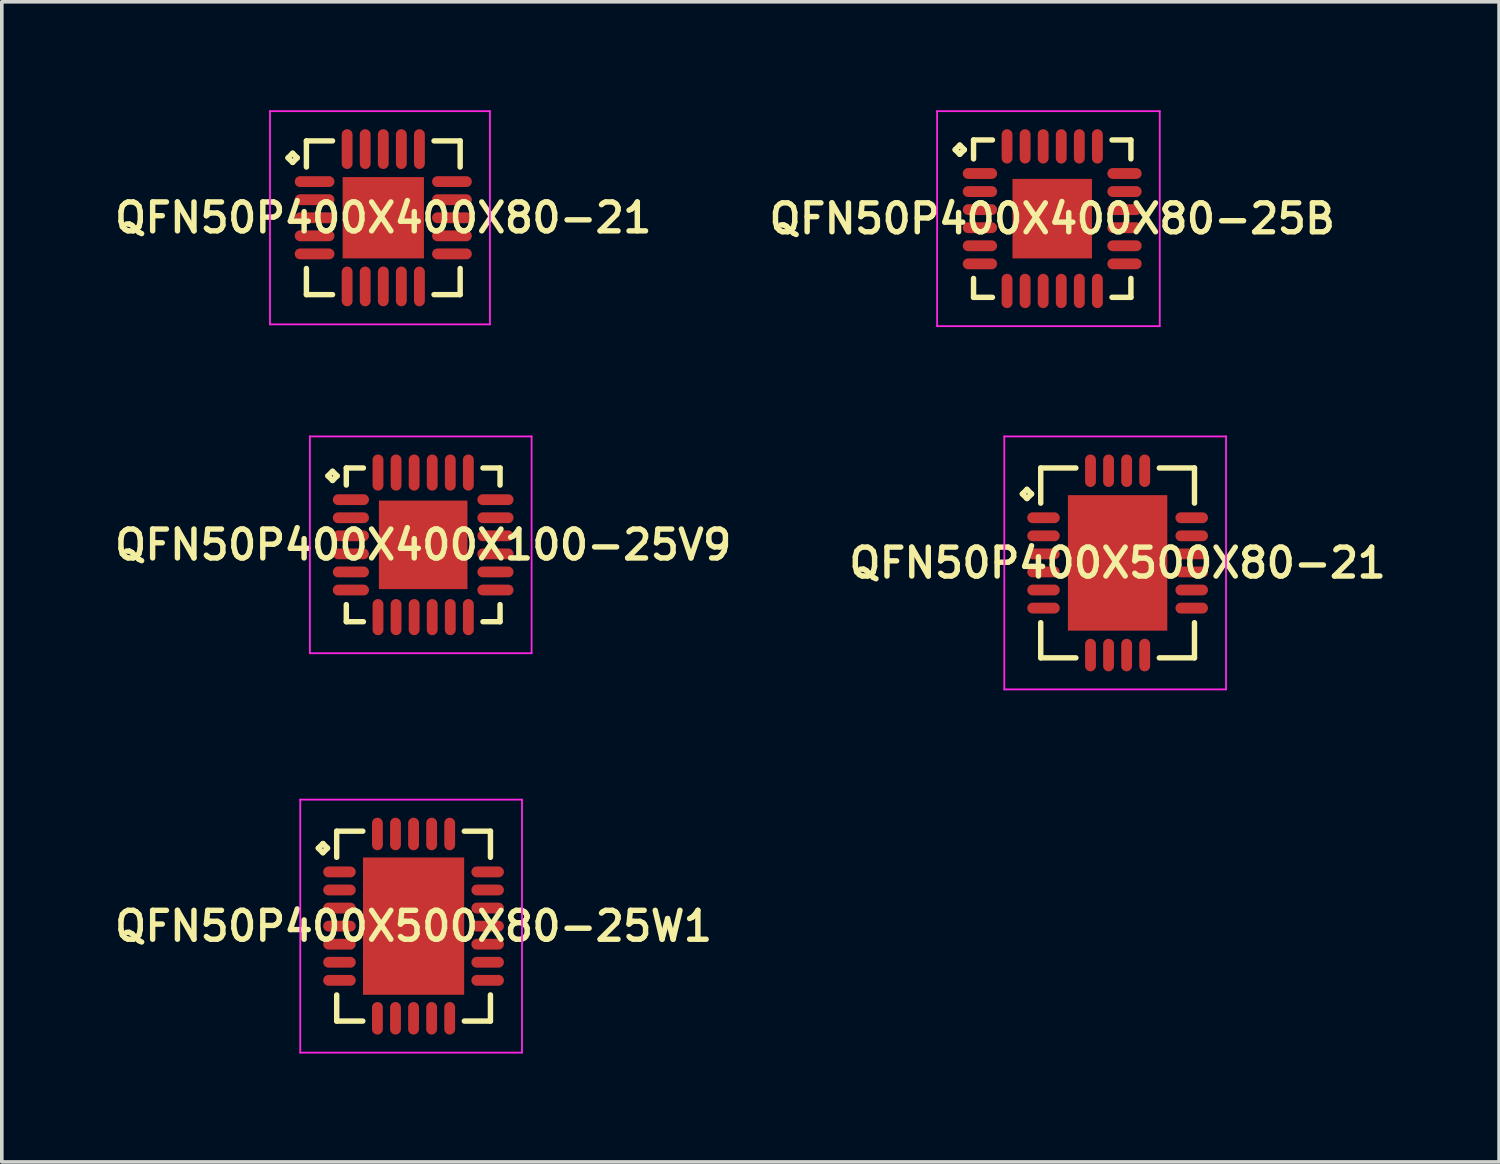
<source format=kicad_pcb>
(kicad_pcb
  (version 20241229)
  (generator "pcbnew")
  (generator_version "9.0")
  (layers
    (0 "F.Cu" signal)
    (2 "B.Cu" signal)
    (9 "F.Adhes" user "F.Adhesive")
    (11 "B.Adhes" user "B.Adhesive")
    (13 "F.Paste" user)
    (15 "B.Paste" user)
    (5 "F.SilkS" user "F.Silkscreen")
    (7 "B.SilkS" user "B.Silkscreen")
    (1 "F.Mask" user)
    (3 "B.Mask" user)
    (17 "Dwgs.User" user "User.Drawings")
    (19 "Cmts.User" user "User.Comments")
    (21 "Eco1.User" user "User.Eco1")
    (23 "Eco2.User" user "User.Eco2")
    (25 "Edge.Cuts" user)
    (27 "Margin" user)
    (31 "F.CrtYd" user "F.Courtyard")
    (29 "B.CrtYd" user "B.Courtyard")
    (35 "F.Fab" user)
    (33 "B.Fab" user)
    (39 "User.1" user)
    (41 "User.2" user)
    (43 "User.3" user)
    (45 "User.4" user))
  (footprint "QFN50P400X500X80-25W1"
    (layer "F.Cu")
    (at 8.393 22.575)
    (property "Reference" "QFN50P400X500X80-25W1" (at 0 0 0) (layer "F.SilkS") (effects (font (size 0.8 0.8) (thickness 0.15))))
    (attr smd)
    (fp_line (start -2.635 -2.158) (end -2.508 -2.285) (stroke (width 0.15) (type solid)) (layer "F.SilkS"))
    (fp_line (start -2.508 -2.285) (end -2.381 -2.158) (stroke (width 0.15) (type solid)) (layer "F.SilkS"))
    (fp_line (start -2.508 -2.031) (end -2.635 -2.158) (stroke (width 0.15) (type solid)) (layer "F.SilkS"))
    (fp_line (start -2.381 -2.158) (end -2.508 -2.031) (stroke (width 0.15) (type solid)) (layer "F.SilkS"))
    (fp_line (start -2.127 -2.627) (end -1.404 -2.627) (stroke (width 0.15) (type solid)) (layer "F.SilkS"))
    (fp_line (start -2.127 -1.904) (end -2.127 -2.627) (stroke (width 0.15) (type solid)) (layer "F.SilkS"))
    (fp_line (start -2.127 1.904) (end -2.127 2.627) (stroke (width 0.15) (type solid)) (layer "F.SilkS"))
    (fp_line (start -2.127 2.627) (end -1.404 2.627) (stroke (width 0.15) (type solid)) (layer "F.SilkS"))
    (fp_line (start 1.404 -2.627) (end 2.127 -2.627) (stroke (width 0.15) (type solid)) (layer "F.SilkS"))
    (fp_line (start 1.404 2.627) (end 2.127 2.627) (stroke (width 0.15) (type solid)) (layer "F.SilkS"))
    (fp_line (start 2.127 -2.627) (end 2.127 -1.904) (stroke (width 0.15) (type solid)) (layer "F.SilkS"))
    (fp_line (start 2.127 2.627) (end 2.127 1.904) (stroke (width 0.15) (type solid)) (layer "F.SilkS"))
    (fp_line (start -3.135 -3.5) (end 3 -3.5) (stroke (width 0.05) (type solid)) (layer "F.CrtYd"))
    (fp_line (start -3.135 3.5) (end -3.135 -3.5) (stroke (width 0.05) (type solid)) (layer "F.CrtYd"))
    (fp_line (start 3 -3.5) (end 3 3.5) (stroke (width 0.05) (type solid)) (layer "F.CrtYd"))
    (fp_line (start 3 3.5) (end -3.135 3.5) (stroke (width 0.05) (type solid)) (layer "F.CrtYd"))
    (pad "1" smd oval (at -2.05 -1.5) (size 0.9 0.3) (layers "F.Cu" "F.Mask" "F.Paste"))
    (pad "2" smd oval (at -2.05 -1) (size 0.9 0.3) (layers "F.Cu" "F.Mask" "F.Paste"))
    (pad "3" smd oval (at -2.05 -0.5) (size 0.9 0.3) (layers "F.Cu" "F.Mask" "F.Paste"))
    (pad "4" smd oval (at -2.05 0) (size 0.9 0.3) (layers "F.Cu" "F.Mask" "F.Paste"))
    (pad "5" smd oval (at -2.05 0.5) (size 0.9 0.3) (layers "F.Cu" "F.Mask" "F.Paste"))
    (pad "6" smd oval (at -2.05 1) (size 0.9 0.3) (layers "F.Cu" "F.Mask" "F.Paste"))
    (pad "7" smd oval (at -2.05 1.5) (size 0.9 0.3) (layers "F.Cu" "F.Mask" "F.Paste"))
    (pad "8" smd oval (at -1 2.55) (size 0.3 0.9) (layers "F.Cu" "F.Mask" "F.Paste"))
    (pad "9" smd oval (at -0.5 2.55) (size 0.3 0.9) (layers "F.Cu" "F.Mask" "F.Paste"))
    (pad "10" smd oval (at 0 2.55) (size 0.3 0.9) (layers "F.Cu" "F.Mask" "F.Paste"))
    (pad "11" smd oval (at 0.5 2.55) (size 0.3 0.9) (layers "F.Cu" "F.Mask" "F.Paste"))
    (pad "12" smd oval (at 1 2.55) (size 0.3 0.9) (layers "F.Cu" "F.Mask" "F.Paste"))
    (pad "13" smd oval (at 2.05 1.5) (size 0.9 0.3) (layers "F.Cu" "F.Mask" "F.Paste"))
    (pad "14" smd oval (at 2.05 1) (size 0.9 0.3) (layers "F.Cu" "F.Mask" "F.Paste"))
    (pad "15" smd oval (at 2.05 0.5) (size 0.9 0.3) (layers "F.Cu" "F.Mask" "F.Paste"))
    (pad "16" smd oval (at 2.05 0) (size 0.9 0.3) (layers "F.Cu" "F.Mask" "F.Paste"))
    (pad "17" smd oval (at 2.05 -0.5) (size 0.9 0.3) (layers "F.Cu" "F.Mask" "F.Paste"))
    (pad "18" smd oval (at 2.05 -1) (size 0.9 0.3) (layers "F.Cu" "F.Mask" "F.Paste"))
    (pad "19" smd oval (at 2.05 -1.5) (size 0.9 0.3) (layers "F.Cu" "F.Mask" "F.Paste"))
    (pad "20" smd oval (at 1 -2.55) (size 0.3 0.9) (layers "F.Cu" "F.Mask" "F.Paste"))
    (pad "21" smd oval (at 0.5 -2.55) (size 0.3 0.9) (layers "F.Cu" "F.Mask" "F.Paste"))
    (pad "22" smd oval (at 0 -2.55) (size 0.3 0.9) (layers "F.Cu" "F.Mask" "F.Paste"))
    (pad "23" smd oval (at -0.5 -2.55) (size 0.3 0.9) (layers "F.Cu" "F.Mask" "F.Paste"))
    (pad "24" smd oval (at -1 -2.55) (size 0.3 0.9) (layers "F.Cu" "F.Mask" "F.Paste"))
    (pad "25" smd rect (at 0 0) (size 2.8 3.8) (layers "F.Cu" "F.Mask" "F.Paste")))
  (footprint "QFN50P400X400X80-25B"
    (layer "F.Cu")
    (at 26.064 3)
    (property "Reference" "QFN50P400X400X80-25B" (at 0 0 0) (layer "F.SilkS") (effects (font (size 0.8 0.8) (thickness 0.15))))
    (attr smd)
    (fp_line (start -2.685 -1.908) (end -2.558 -2.035) (stroke (width 0.15) (type solid)) (layer "F.SilkS"))
    (fp_line (start -2.558 -2.035) (end -2.431 -1.908) (stroke (width 0.15) (type solid)) (layer "F.SilkS"))
    (fp_line (start -2.558 -1.781) (end -2.685 -1.908) (stroke (width 0.15) (type solid)) (layer "F.SilkS"))
    (fp_line (start -2.431 -1.908) (end -2.558 -1.781) (stroke (width 0.15) (type solid)) (layer "F.SilkS"))
    (fp_line (start -2.177 -2.177) (end -1.654 -2.177) (stroke (width 0.15) (type solid)) (layer "F.SilkS"))
    (fp_line (start -2.177 -1.654) (end -2.177 -2.177) (stroke (width 0.15) (type solid)) (layer "F.SilkS"))
    (fp_line (start -2.177 1.654) (end -2.177 2.177) (stroke (width 0.15) (type solid)) (layer "F.SilkS"))
    (fp_line (start -2.177 2.177) (end -1.654 2.177) (stroke (width 0.15) (type solid)) (layer "F.SilkS"))
    (fp_line (start 1.654 -2.177) (end 2.177 -2.177) (stroke (width 0.15) (type solid)) (layer "F.SilkS"))
    (fp_line (start 1.654 2.177) (end 2.177 2.177) (stroke (width 0.15) (type solid)) (layer "F.SilkS"))
    (fp_line (start 2.177 -2.177) (end 2.177 -1.654) (stroke (width 0.15) (type solid)) (layer "F.SilkS"))
    (fp_line (start 2.177 2.177) (end 2.177 1.654) (stroke (width 0.15) (type solid)) (layer "F.SilkS"))
    (fp_line (start -3.185 -2.975) (end 2.975 -2.975) (stroke (width 0.05) (type solid)) (layer "F.CrtYd"))
    (fp_line (start -3.185 2.975) (end -3.185 -2.975) (stroke (width 0.05) (type solid)) (layer "F.CrtYd"))
    (fp_line (start 2.975 -2.975) (end 2.975 2.975) (stroke (width 0.05) (type solid)) (layer "F.CrtYd"))
    (fp_line (start 2.975 2.975) (end -3.185 2.975) (stroke (width 0.05) (type solid)) (layer "F.CrtYd"))
    (pad "1" smd oval (at -2 -1.25) (size 0.95 0.3) (layers "F.Cu" "F.Mask" "F.Paste"))
    (pad "2" smd oval (at -2 -0.75) (size 0.95 0.3) (layers "F.Cu" "F.Mask" "F.Paste"))
    (pad "3" smd oval (at -2 -0.25) (size 0.95 0.3) (layers "F.Cu" "F.Mask" "F.Paste"))
    (pad "4" smd oval (at -2 0.25) (size 0.95 0.3) (layers "F.Cu" "F.Mask" "F.Paste"))
    (pad "5" smd oval (at -2 0.75) (size 0.95 0.3) (layers "F.Cu" "F.Mask" "F.Paste"))
    (pad "6" smd oval (at -2 1.25) (size 0.95 0.3) (layers "F.Cu" "F.Mask" "F.Paste"))
    (pad "7" smd oval (at -1.25 2) (size 0.3 0.95) (layers "F.Cu" "F.Mask" "F.Paste"))
    (pad "8" smd oval (at -0.75 2) (size 0.3 0.95) (layers "F.Cu" "F.Mask" "F.Paste"))
    (pad "9" smd oval (at -0.25 2) (size 0.3 0.95) (layers "F.Cu" "F.Mask" "F.Paste"))
    (pad "10" smd oval (at 0.25 2) (size 0.3 0.95) (layers "F.Cu" "F.Mask" "F.Paste"))
    (pad "11" smd oval (at 0.75 2) (size 0.3 0.95) (layers "F.Cu" "F.Mask" "F.Paste"))
    (pad "12" smd oval (at 1.25 2) (size 0.3 0.95) (layers "F.Cu" "F.Mask" "F.Paste"))
    (pad "13" smd oval (at 2 1.25) (size 0.95 0.3) (layers "F.Cu" "F.Mask" "F.Paste"))
    (pad "14" smd oval (at 2 0.75) (size 0.95 0.3) (layers "F.Cu" "F.Mask" "F.Paste"))
    (pad "15" smd oval (at 2 0.25) (size 0.95 0.3) (layers "F.Cu" "F.Mask" "F.Paste"))
    (pad "16" smd oval (at 2 -0.25) (size 0.95 0.3) (layers "F.Cu" "F.Mask" "F.Paste"))
    (pad "17" smd oval (at 2 -0.75) (size 0.95 0.3) (layers "F.Cu" "F.Mask" "F.Paste"))
    (pad "18" smd oval (at 2 -1.25) (size 0.95 0.3) (layers "F.Cu" "F.Mask" "F.Paste"))
    (pad "19" smd oval (at 1.25 -2) (size 0.3 0.95) (layers "F.Cu" "F.Mask" "F.Paste"))
    (pad "20" smd oval (at 0.75 -2) (size 0.3 0.95) (layers "F.Cu" "F.Mask" "F.Paste"))
    (pad "21" smd oval (at 0.25 -2) (size 0.3 0.95) (layers "F.Cu" "F.Mask" "F.Paste"))
    (pad "22" smd oval (at -0.25 -2) (size 0.3 0.95) (layers "F.Cu" "F.Mask" "F.Paste"))
    (pad "23" smd oval (at -0.75 -2) (size 0.3 0.95) (layers "F.Cu" "F.Mask" "F.Paste"))
    (pad "24" smd oval (at -1.25 -2) (size 0.3 0.95) (layers "F.Cu" "F.Mask" "F.Paste"))
    (pad "25" smd rect (at 0 0) (size 2.2 2.2) (layers "F.Cu" "F.Mask" "F.Paste")))
  (footprint "QFN50P400X400X80-21"
    (layer "F.Cu")
    (at 7.555 2.975)
    (property "Reference" "QFN50P400X400X80-21" (at 0 0 0) (layer "F.SilkS") (effects (font (size 0.8 0.8) (thickness 0.15))))
    (attr smd)
    (fp_line (start -2.635 -1.658) (end -2.508 -1.785) (stroke (width 0.15) (type solid)) (layer "F.SilkS"))
    (fp_line (start -2.508 -1.785) (end -2.381 -1.658) (stroke (width 0.15) (type solid)) (layer "F.SilkS"))
    (fp_line (start -2.508 -1.531) (end -2.635 -1.658) (stroke (width 0.15) (type solid)) (layer "F.SilkS"))
    (fp_line (start -2.381 -1.658) (end -2.508 -1.531) (stroke (width 0.15) (type solid)) (layer "F.SilkS"))
    (fp_line (start -2.127 -2.127) (end -1.404 -2.127) (stroke (width 0.15) (type solid)) (layer "F.SilkS"))
    (fp_line (start -2.127 -1.404) (end -2.127 -2.127) (stroke (width 0.15) (type solid)) (layer "F.SilkS"))
    (fp_line (start -2.127 1.404) (end -2.127 2.127) (stroke (width 0.15) (type solid)) (layer "F.SilkS"))
    (fp_line (start -2.127 2.127) (end -1.404 2.127) (stroke (width 0.15) (type solid)) (layer "F.SilkS"))
    (fp_line (start 1.404 -2.127) (end 2.127 -2.127) (stroke (width 0.15) (type solid)) (layer "F.SilkS"))
    (fp_line (start 1.404 2.127) (end 2.127 2.127) (stroke (width 0.15) (type solid)) (layer "F.SilkS"))
    (fp_line (start 2.127 -2.127) (end 2.127 -1.404) (stroke (width 0.15) (type solid)) (layer "F.SilkS"))
    (fp_line (start 2.127 2.127) (end 2.127 1.404) (stroke (width 0.15) (type solid)) (layer "F.SilkS"))
    (fp_line (start -3.135 -2.95) (end 2.95 -2.95) (stroke (width 0.05) (type solid)) (layer "F.CrtYd"))
    (fp_line (start -3.135 2.95) (end -3.135 -2.95) (stroke (width 0.05) (type solid)) (layer "F.CrtYd"))
    (fp_line (start 2.95 -2.95) (end 2.95 2.95) (stroke (width 0.05) (type solid)) (layer "F.CrtYd"))
    (fp_line (start 2.95 2.95) (end -3.135 2.95) (stroke (width 0.05) (type solid)) (layer "F.CrtYd"))
    (pad "1" smd oval (at -1.9 -1) (size 1.1 0.3) (layers "F.Cu" "F.Mask" "F.Paste"))
    (pad "2" smd oval (at -1.9 -0.5) (size 1.1 0.3) (layers "F.Cu" "F.Mask" "F.Paste"))
    (pad "3" smd oval (at -1.9 0) (size 1.1 0.3) (layers "F.Cu" "F.Mask" "F.Paste"))
    (pad "4" smd oval (at -1.9 0.5) (size 1.1 0.3) (layers "F.Cu" "F.Mask" "F.Paste"))
    (pad "5" smd oval (at -1.9 1) (size 1.1 0.3) (layers "F.Cu" "F.Mask" "F.Paste"))
    (pad "6" smd oval (at -1 1.9) (size 0.3 1.1) (layers "F.Cu" "F.Mask" "F.Paste"))
    (pad "7" smd oval (at -0.5 1.9) (size 0.3 1.1) (layers "F.Cu" "F.Mask" "F.Paste"))
    (pad "8" smd oval (at 0 1.9) (size 0.3 1.1) (layers "F.Cu" "F.Mask" "F.Paste"))
    (pad "9" smd oval (at 0.5 1.9) (size 0.3 1.1) (layers "F.Cu" "F.Mask" "F.Paste"))
    (pad "10" smd oval (at 1 1.9) (size 0.3 1.1) (layers "F.Cu" "F.Mask" "F.Paste"))
    (pad "11" smd oval (at 1.9 1) (size 1.1 0.3) (layers "F.Cu" "F.Mask" "F.Paste"))
    (pad "12" smd oval (at 1.9 0.5) (size 1.1 0.3) (layers "F.Cu" "F.Mask" "F.Paste"))
    (pad "13" smd oval (at 1.9 0) (size 1.1 0.3) (layers "F.Cu" "F.Mask" "F.Paste"))
    (pad "14" smd oval (at 1.9 -0.5) (size 1.1 0.3) (layers "F.Cu" "F.Mask" "F.Paste"))
    (pad "15" smd oval (at 1.9 -1) (size 1.1 0.3) (layers "F.Cu" "F.Mask" "F.Paste"))
    (pad "16" smd oval (at 1 -1.9) (size 0.3 1.1) (layers "F.Cu" "F.Mask" "F.Paste"))
    (pad "17" smd oval (at 0.5 -1.9) (size 0.3 1.1) (layers "F.Cu" "F.Mask" "F.Paste"))
    (pad "18" smd oval (at 0 -1.9) (size 0.3 1.1) (layers "F.Cu" "F.Mask" "F.Paste"))
    (pad "19" smd oval (at -0.5 -1.9) (size 0.3 1.1) (layers "F.Cu" "F.Mask" "F.Paste"))
    (pad "20" smd oval (at -1 -1.9) (size 0.3 1.1) (layers "F.Cu" "F.Mask" "F.Paste"))
    (pad "21" smd rect (at 0 0) (size 2.25 2.25) (layers "F.Cu" "F.Mask" "F.Paste")))
  (footprint "QFN50P400X400X100-25V9"
    (layer "F.Cu")
    (at 8.659 12.025)
    (property "Reference" "QFN50P400X400X100-25V9" (at 0 0 0) (layer "F.SilkS") (effects (font (size 0.8 0.8) (thickness 0.15))))
    (attr smd)
    (fp_line (start -2.635 -1.908) (end -2.508 -2.035) (stroke (width 0.15) (type solid)) (layer "F.SilkS"))
    (fp_line (start -2.508 -2.035) (end -2.381 -1.908) (stroke (width 0.15) (type solid)) (layer "F.SilkS"))
    (fp_line (start -2.508 -1.781) (end -2.635 -1.908) (stroke (width 0.15) (type solid)) (layer "F.SilkS"))
    (fp_line (start -2.381 -1.908) (end -2.508 -1.781) (stroke (width 0.15) (type solid)) (layer "F.SilkS"))
    (fp_line (start -2.127 -2.127) (end -1.654 -2.127) (stroke (width 0.15) (type solid)) (layer "F.SilkS"))
    (fp_line (start -2.127 -1.654) (end -2.127 -2.127) (stroke (width 0.15) (type solid)) (layer "F.SilkS"))
    (fp_line (start -2.127 1.654) (end -2.127 2.127) (stroke (width 0.15) (type solid)) (layer "F.SilkS"))
    (fp_line (start -2.127 2.127) (end -1.654 2.127) (stroke (width 0.15) (type solid)) (layer "F.SilkS"))
    (fp_line (start 1.654 -2.127) (end 2.127 -2.127) (stroke (width 0.15) (type solid)) (layer "F.SilkS"))
    (fp_line (start 1.654 2.127) (end 2.127 2.127) (stroke (width 0.15) (type solid)) (layer "F.SilkS"))
    (fp_line (start 2.127 -2.127) (end 2.127 -1.654) (stroke (width 0.15) (type solid)) (layer "F.SilkS"))
    (fp_line (start 2.127 2.127) (end 2.127 1.654) (stroke (width 0.15) (type solid)) (layer "F.SilkS"))
    (fp_line (start -3.135 -3) (end 3 -3) (stroke (width 0.05) (type solid)) (layer "F.CrtYd"))
    (fp_line (start -3.135 3) (end -3.135 -3) (stroke (width 0.05) (type solid)) (layer "F.CrtYd"))
    (fp_line (start 3 -3) (end 3 3) (stroke (width 0.05) (type solid)) (layer "F.CrtYd"))
    (fp_line (start 3 3) (end -3.135 3) (stroke (width 0.05) (type solid)) (layer "F.CrtYd"))
    (pad "1" smd oval (at -2 -1.25) (size 1 0.3) (layers "F.Cu" "F.Mask" "F.Paste"))
    (pad "2" smd oval (at -2 -0.75) (size 1 0.3) (layers "F.Cu" "F.Mask" "F.Paste"))
    (pad "3" smd oval (at -2 -0.25) (size 1 0.3) (layers "F.Cu" "F.Mask" "F.Paste"))
    (pad "4" smd oval (at -2 0.25) (size 1 0.3) (layers "F.Cu" "F.Mask" "F.Paste"))
    (pad "5" smd oval (at -2 0.75) (size 1 0.3) (layers "F.Cu" "F.Mask" "F.Paste"))
    (pad "6" smd oval (at -2 1.25) (size 1 0.3) (layers "F.Cu" "F.Mask" "F.Paste"))
    (pad "7" smd oval (at -1.25 2) (size 0.3 1) (layers "F.Cu" "F.Mask" "F.Paste"))
    (pad "8" smd oval (at -0.75 2) (size 0.3 1) (layers "F.Cu" "F.Mask" "F.Paste"))
    (pad "9" smd oval (at -0.25 2) (size 0.3 1) (layers "F.Cu" "F.Mask" "F.Paste"))
    (pad "10" smd oval (at 0.25 2) (size 0.3 1) (layers "F.Cu" "F.Mask" "F.Paste"))
    (pad "11" smd oval (at 0.75 2) (size 0.3 1) (layers "F.Cu" "F.Mask" "F.Paste"))
    (pad "12" smd oval (at 1.25 2) (size 0.3 1) (layers "F.Cu" "F.Mask" "F.Paste"))
    (pad "13" smd oval (at 2 1.25) (size 1 0.3) (layers "F.Cu" "F.Mask" "F.Paste"))
    (pad "14" smd oval (at 2 0.75) (size 1 0.3) (layers "F.Cu" "F.Mask" "F.Paste"))
    (pad "15" smd oval (at 2 0.25) (size 1 0.3) (layers "F.Cu" "F.Mask" "F.Paste"))
    (pad "16" smd oval (at 2 -0.25) (size 1 0.3) (layers "F.Cu" "F.Mask" "F.Paste"))
    (pad "17" smd oval (at 2 -0.75) (size 1 0.3) (layers "F.Cu" "F.Mask" "F.Paste"))
    (pad "18" smd oval (at 2 -1.25) (size 1 0.3) (layers "F.Cu" "F.Mask" "F.Paste"))
    (pad "19" smd oval (at 1.25 -2) (size 0.3 1) (layers "F.Cu" "F.Mask" "F.Paste"))
    (pad "20" smd oval (at 0.75 -2) (size 0.3 1) (layers "F.Cu" "F.Mask" "F.Paste"))
    (pad "21" smd oval (at 0.25 -2) (size 0.3 1) (layers "F.Cu" "F.Mask" "F.Paste"))
    (pad "22" smd oval (at -0.25 -2) (size 0.3 1) (layers "F.Cu" "F.Mask" "F.Paste"))
    (pad "23" smd oval (at -0.75 -2) (size 0.3 1) (layers "F.Cu" "F.Mask" "F.Paste"))
    (pad "24" smd oval (at -1.25 -2) (size 0.3 1) (layers "F.Cu" "F.Mask" "F.Paste"))
    (pad "25" smd rect (at 0 0) (size 2.45 2.45) (layers "F.Cu" "F.Mask" "F.Paste")))
  (footprint "QFN50P400X500X80-21"
    (layer "F.Cu")
    (at 27.873 12.525)
    (property "Reference" "QFN50P400X500X80-21" (at 0 0 0) (layer "F.SilkS") (effects (font (size 0.8 0.8) (thickness 0.15))))
    (attr smd)
    (fp_line (start -2.635 -1.908) (end -2.508 -2.035) (stroke (width 0.15) (type solid)) (layer "F.SilkS"))
    (fp_line (start -2.508 -2.035) (end -2.381 -1.908) (stroke (width 0.15) (type solid)) (layer "F.SilkS"))
    (fp_line (start -2.508 -1.781) (end -2.635 -1.908) (stroke (width 0.15) (type solid)) (layer "F.SilkS"))
    (fp_line (start -2.381 -1.908) (end -2.508 -1.781) (stroke (width 0.15) (type solid)) (layer "F.SilkS"))
    (fp_line (start -2.127 -2.627) (end -1.154 -2.627) (stroke (width 0.15) (type solid)) (layer "F.SilkS"))
    (fp_line (start -2.127 -1.654) (end -2.127 -2.627) (stroke (width 0.15) (type solid)) (layer "F.SilkS"))
    (fp_line (start -2.127 1.654) (end -2.127 2.627) (stroke (width 0.15) (type solid)) (layer "F.SilkS"))
    (fp_line (start -2.127 2.627) (end -1.154 2.627) (stroke (width 0.15) (type solid)) (layer "F.SilkS"))
    (fp_line (start 1.154 -2.627) (end 2.127 -2.627) (stroke (width 0.15) (type solid)) (layer "F.SilkS"))
    (fp_line (start 1.154 2.627) (end 2.127 2.627) (stroke (width 0.15) (type solid)) (layer "F.SilkS"))
    (fp_line (start 2.127 -2.627) (end 2.127 -1.654) (stroke (width 0.15) (type solid)) (layer "F.SilkS"))
    (fp_line (start 2.127 2.627) (end 2.127 1.654) (stroke (width 0.15) (type solid)) (layer "F.SilkS"))
    (fp_line (start -3.135 -3.5) (end 3 -3.5) (stroke (width 0.05) (type solid)) (layer "F.CrtYd"))
    (fp_line (start -3.135 3.5) (end -3.135 -3.5) (stroke (width 0.05) (type solid)) (layer "F.CrtYd"))
    (fp_line (start 3 -3.5) (end 3 3.5) (stroke (width 0.05) (type solid)) (layer "F.CrtYd"))
    (fp_line (start 3 3.5) (end -3.135 3.5) (stroke (width 0.05) (type solid)) (layer "F.CrtYd"))
    (pad "1" smd oval (at -2.05 -1.25) (size 0.9 0.3) (layers "F.Cu" "F.Mask" "F.Paste"))
    (pad "2" smd oval (at -2.05 -0.75) (size 0.9 0.3) (layers "F.Cu" "F.Mask" "F.Paste"))
    (pad "3" smd oval (at -2.05 -0.25) (size 0.9 0.3) (layers "F.Cu" "F.Mask" "F.Paste"))
    (pad "4" smd oval (at -2.05 0.25) (size 0.9 0.3) (layers "F.Cu" "F.Mask" "F.Paste"))
    (pad "5" smd oval (at -2.05 0.75) (size 0.9 0.3) (layers "F.Cu" "F.Mask" "F.Paste"))
    (pad "6" smd oval (at -2.05 1.25) (size 0.9 0.3) (layers "F.Cu" "F.Mask" "F.Paste"))
    (pad "7" smd oval (at -0.75 2.55) (size 0.3 0.9) (layers "F.Cu" "F.Mask" "F.Paste"))
    (pad "8" smd oval (at -0.25 2.55) (size 0.3 0.9) (layers "F.Cu" "F.Mask" "F.Paste"))
    (pad "9" smd oval (at 0.25 2.55) (size 0.3 0.9) (layers "F.Cu" "F.Mask" "F.Paste"))
    (pad "10" smd oval (at 0.75 2.55) (size 0.3 0.9) (layers "F.Cu" "F.Mask" "F.Paste"))
    (pad "11" smd oval (at 2.05 1.25) (size 0.9 0.3) (layers "F.Cu" "F.Mask" "F.Paste"))
    (pad "12" smd oval (at 2.05 0.75) (size 0.9 0.3) (layers "F.Cu" "F.Mask" "F.Paste"))
    (pad "13" smd oval (at 2.05 0.25) (size 0.9 0.3) (layers "F.Cu" "F.Mask" "F.Paste"))
    (pad "14" smd oval (at 2.05 -0.25) (size 0.9 0.3) (layers "F.Cu" "F.Mask" "F.Paste"))
    (pad "15" smd oval (at 2.05 -0.75) (size 0.9 0.3) (layers "F.Cu" "F.Mask" "F.Paste"))
    (pad "16" smd oval (at 2.05 -1.25) (size 0.9 0.3) (layers "F.Cu" "F.Mask" "F.Paste"))
    (pad "17" smd oval (at 0.75 -2.55) (size 0.3 0.9) (layers "F.Cu" "F.Mask" "F.Paste"))
    (pad "18" smd oval (at 0.25 -2.55) (size 0.3 0.9) (layers "F.Cu" "F.Mask" "F.Paste"))
    (pad "19" smd oval (at -0.25 -2.55) (size 0.3 0.9) (layers "F.Cu" "F.Mask" "F.Paste"))
    (pad "20" smd oval (at -0.75 -2.55) (size 0.3 0.9) (layers "F.Cu" "F.Mask" "F.Paste"))
    (pad "21" smd rect (at 0 0) (size 2.75 3.75) (layers "F.Cu" "F.Mask" "F.Paste")))
  (gr_rect
    (start -3 -3)
    (end 38.428 29.1)
    (stroke (width 0.1) (type default))
    (fill no)
    (layer "Edge.Cuts")))
</source>
